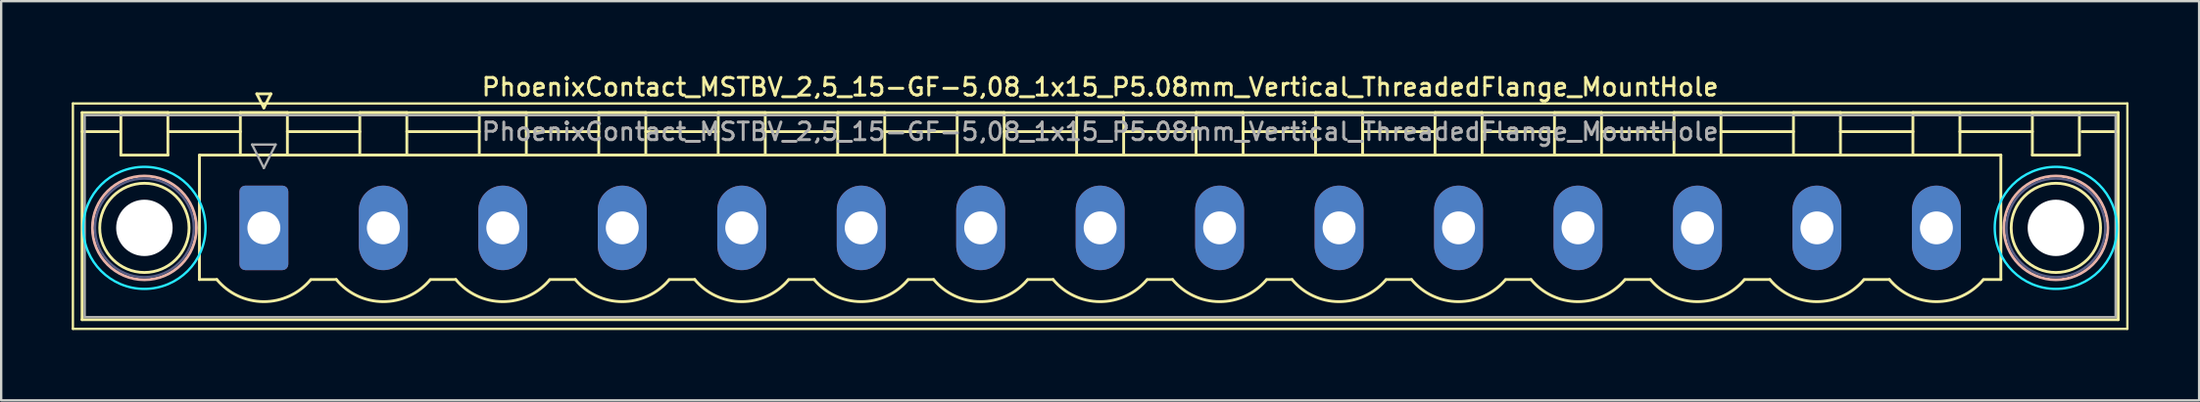
<source format=kicad_pcb>
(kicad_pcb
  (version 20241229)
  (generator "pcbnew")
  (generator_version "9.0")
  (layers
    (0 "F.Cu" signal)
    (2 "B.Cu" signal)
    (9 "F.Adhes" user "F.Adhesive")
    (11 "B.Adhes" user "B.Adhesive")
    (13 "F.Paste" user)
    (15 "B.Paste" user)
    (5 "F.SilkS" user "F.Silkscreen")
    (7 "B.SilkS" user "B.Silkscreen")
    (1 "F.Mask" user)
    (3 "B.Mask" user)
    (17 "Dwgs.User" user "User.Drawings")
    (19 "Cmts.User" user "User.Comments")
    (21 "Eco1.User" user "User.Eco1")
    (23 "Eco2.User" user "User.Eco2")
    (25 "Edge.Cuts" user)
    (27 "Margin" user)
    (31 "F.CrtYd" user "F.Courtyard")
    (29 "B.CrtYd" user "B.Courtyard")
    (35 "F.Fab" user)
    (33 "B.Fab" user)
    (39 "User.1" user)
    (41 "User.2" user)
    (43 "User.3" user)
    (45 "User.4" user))
  (footprint "PhoenixContact_MSTBV_2,5_15-GF-5,08_1x15_P5.08mm_Vertical_ThreadedFlange_MountHole"
    (layer "F.Cu")
    (at 8.17 6.658)
    (property "Reference" "PhoenixContact_MSTBV_2,5_15-GF-5,08_1x15_P5.08mm_Vertical_ThreadedFlange_MountHole" (at 35.56 -6 0) (layer "F.SilkS") (effects (font (size 0.75 0.75) (thickness 0.125))))
    (attr through_hole)
    (fp_line (start -8.12 -5.3) (end -8.12 4.3) (stroke (width 0.1) (type solid)) (layer "F.SilkS"))
    (fp_line (start -8.12 4.3) (end 79.24 4.3) (stroke (width 0.1) (type solid)) (layer "F.SilkS"))
    (fp_line (start -7.73 -4.91) (end -7.73 3.91) (stroke (width 0.12) (type solid)) (layer "F.SilkS"))
    (fp_line (start -7.73 -4.1) (end -6.19 -4.1) (stroke (width 0.12) (type solid)) (layer "F.SilkS"))
    (fp_line (start -7.73 3.91) (end 78.85 3.91) (stroke (width 0.12) (type solid)) (layer "F.SilkS"))
    (fp_line (start -6.08 -4.91) (end -4.08 -4.91) (stroke (width 0.12) (type solid)) (layer "F.SilkS"))
    (fp_line (start -6.08 -3.1) (end -6.08 -4.91) (stroke (width 0.12) (type solid)) (layer "F.SilkS"))
    (fp_line (start -4.08 -4.91) (end -4.08 -3.1) (stroke (width 0.12) (type solid)) (layer "F.SilkS"))
    (fp_line (start -4.08 -4.1) (end -1 -4.1) (stroke (width 0.12) (type solid)) (layer "F.SilkS"))
    (fp_line (start -4.08 -3.1) (end -6.08 -3.1) (stroke (width 0.12) (type solid)) (layer "F.SilkS"))
    (fp_line (start -2.74 -3.1) (end 73.86 -3.1) (stroke (width 0.12) (type solid)) (layer "F.SilkS"))
    (fp_line (start -2.74 2.2) (end -2.74 -3.1) (stroke (width 0.12) (type solid)) (layer "F.SilkS"))
    (fp_line (start -2 2.2) (end -2.74 2.2) (stroke (width 0.12) (type solid)) (layer "F.SilkS"))
    (fp_line (start -1 -4.91) (end 1 -4.91) (stroke (width 0.12) (type solid)) (layer "F.SilkS"))
    (fp_line (start -1 -3.1) (end -1 -4.91) (stroke (width 0.12) (type solid)) (layer "F.SilkS"))
    (fp_line (start -0.3 -5.71) (end 0.3 -5.71) (stroke (width 0.12) (type solid)) (layer "F.SilkS"))
    (fp_line (start 0 -5.11) (end -0.3 -5.71) (stroke (width 0.12) (type solid)) (layer "F.SilkS"))
    (fp_line (start 0.3 -5.71) (end 0 -5.11) (stroke (width 0.12) (type solid)) (layer "F.SilkS"))
    (fp_line (start 1 -4.91) (end 1 -3.1) (stroke (width 0.12) (type solid)) (layer "F.SilkS"))
    (fp_line (start 1 -4.1) (end 4.08 -4.1) (stroke (width 0.12) (type solid)) (layer "F.SilkS"))
    (fp_line (start 1 -3.1) (end -1 -3.1) (stroke (width 0.12) (type solid)) (layer "F.SilkS"))
    (fp_line (start 2 2.2) (end 3.08 2.2) (stroke (width 0.12) (type solid)) (layer "F.SilkS"))
    (fp_line (start 4.08 -4.91) (end 6.08 -4.91) (stroke (width 0.12) (type solid)) (layer "F.SilkS"))
    (fp_line (start 4.08 -3.1) (end 4.08 -4.91) (stroke (width 0.12) (type solid)) (layer "F.SilkS"))
    (fp_line (start 6.08 -4.91) (end 6.08 -3.1) (stroke (width 0.12) (type solid)) (layer "F.SilkS"))
    (fp_line (start 6.08 -4.1) (end 9.16 -4.1) (stroke (width 0.12) (type solid)) (layer "F.SilkS"))
    (fp_line (start 6.08 -3.1) (end 4.08 -3.1) (stroke (width 0.12) (type solid)) (layer "F.SilkS"))
    (fp_line (start 7.08 2.2) (end 8.16 2.2) (stroke (width 0.12) (type solid)) (layer "F.SilkS"))
    (fp_line (start 9.16 -4.91) (end 11.16 -4.91) (stroke (width 0.12) (type solid)) (layer "F.SilkS"))
    (fp_line (start 9.16 -3.1) (end 9.16 -4.91) (stroke (width 0.12) (type solid)) (layer "F.SilkS"))
    (fp_line (start 11.16 -4.91) (end 11.16 -3.1) (stroke (width 0.12) (type solid)) (layer "F.SilkS"))
    (fp_line (start 11.16 -4.1) (end 14.24 -4.1) (stroke (width 0.12) (type solid)) (layer "F.SilkS"))
    (fp_line (start 11.16 -3.1) (end 9.16 -3.1) (stroke (width 0.12) (type solid)) (layer "F.SilkS"))
    (fp_line (start 12.16 2.2) (end 13.24 2.2) (stroke (width 0.12) (type solid)) (layer "F.SilkS"))
    (fp_line (start 14.24 -4.91) (end 16.24 -4.91) (stroke (width 0.12) (type solid)) (layer "F.SilkS"))
    (fp_line (start 14.24 -3.1) (end 14.24 -4.91) (stroke (width 0.12) (type solid)) (layer "F.SilkS"))
    (fp_line (start 16.24 -4.91) (end 16.24 -3.1) (stroke (width 0.12) (type solid)) (layer "F.SilkS"))
    (fp_line (start 16.24 -4.1) (end 19.32 -4.1) (stroke (width 0.12) (type solid)) (layer "F.SilkS"))
    (fp_line (start 16.24 -3.1) (end 14.24 -3.1) (stroke (width 0.12) (type solid)) (layer "F.SilkS"))
    (fp_line (start 17.24 2.2) (end 18.32 2.2) (stroke (width 0.12) (type solid)) (layer "F.SilkS"))
    (fp_line (start 19.32 -4.91) (end 21.32 -4.91) (stroke (width 0.12) (type solid)) (layer "F.SilkS"))
    (fp_line (start 19.32 -3.1) (end 19.32 -4.91) (stroke (width 0.12) (type solid)) (layer "F.SilkS"))
    (fp_line (start 21.32 -4.91) (end 21.32 -3.1) (stroke (width 0.12) (type solid)) (layer "F.SilkS"))
    (fp_line (start 21.32 -4.1) (end 24.4 -4.1) (stroke (width 0.12) (type solid)) (layer "F.SilkS"))
    (fp_line (start 21.32 -3.1) (end 19.32 -3.1) (stroke (width 0.12) (type solid)) (layer "F.SilkS"))
    (fp_line (start 22.32 2.2) (end 23.4 2.2) (stroke (width 0.12) (type solid)) (layer "F.SilkS"))
    (fp_line (start 24.4 -4.91) (end 26.4 -4.91) (stroke (width 0.12) (type solid)) (layer "F.SilkS"))
    (fp_line (start 24.4 -3.1) (end 24.4 -4.91) (stroke (width 0.12) (type solid)) (layer "F.SilkS"))
    (fp_line (start 26.4 -4.91) (end 26.4 -3.1) (stroke (width 0.12) (type solid)) (layer "F.SilkS"))
    (fp_line (start 26.4 -4.1) (end 29.48 -4.1) (stroke (width 0.12) (type solid)) (layer "F.SilkS"))
    (fp_line (start 26.4 -3.1) (end 24.4 -3.1) (stroke (width 0.12) (type solid)) (layer "F.SilkS"))
    (fp_line (start 27.4 2.2) (end 28.48 2.2) (stroke (width 0.12) (type solid)) (layer "F.SilkS"))
    (fp_line (start 29.48 -4.91) (end 31.48 -4.91) (stroke (width 0.12) (type solid)) (layer "F.SilkS"))
    (fp_line (start 29.48 -3.1) (end 29.48 -4.91) (stroke (width 0.12) (type solid)) (layer "F.SilkS"))
    (fp_line (start 31.48 -4.91) (end 31.48 -3.1) (stroke (width 0.12) (type solid)) (layer "F.SilkS"))
    (fp_line (start 31.48 -4.1) (end 34.56 -4.1) (stroke (width 0.12) (type solid)) (layer "F.SilkS"))
    (fp_line (start 31.48 -3.1) (end 29.48 -3.1) (stroke (width 0.12) (type solid)) (layer "F.SilkS"))
    (fp_line (start 32.48 2.2) (end 33.56 2.2) (stroke (width 0.12) (type solid)) (layer "F.SilkS"))
    (fp_line (start 34.56 -4.91) (end 36.56 -4.91) (stroke (width 0.12) (type solid)) (layer "F.SilkS"))
    (fp_line (start 34.56 -3.1) (end 34.56 -4.91) (stroke (width 0.12) (type solid)) (layer "F.SilkS"))
    (fp_line (start 36.56 -4.91) (end 36.56 -3.1) (stroke (width 0.12) (type solid)) (layer "F.SilkS"))
    (fp_line (start 36.56 -4.1) (end 39.64 -4.1) (stroke (width 0.12) (type solid)) (layer "F.SilkS"))
    (fp_line (start 36.56 -3.1) (end 34.56 -3.1) (stroke (width 0.12) (type solid)) (layer "F.SilkS"))
    (fp_line (start 37.56 2.2) (end 38.64 2.2) (stroke (width 0.12) (type solid)) (layer "F.SilkS"))
    (fp_line (start 39.64 -4.91) (end 41.64 -4.91) (stroke (width 0.12) (type solid)) (layer "F.SilkS"))
    (fp_line (start 39.64 -3.1) (end 39.64 -4.91) (stroke (width 0.12) (type solid)) (layer "F.SilkS"))
    (fp_line (start 41.64 -4.91) (end 41.64 -3.1) (stroke (width 0.12) (type solid)) (layer "F.SilkS"))
    (fp_line (start 41.64 -4.1) (end 44.72 -4.1) (stroke (width 0.12) (type solid)) (layer "F.SilkS"))
    (fp_line (start 41.64 -3.1) (end 39.64 -3.1) (stroke (width 0.12) (type solid)) (layer "F.SilkS"))
    (fp_line (start 42.64 2.2) (end 43.72 2.2) (stroke (width 0.12) (type solid)) (layer "F.SilkS"))
    (fp_line (start 44.72 -4.91) (end 46.72 -4.91) (stroke (width 0.12) (type solid)) (layer "F.SilkS"))
    (fp_line (start 44.72 -3.1) (end 44.72 -4.91) (stroke (width 0.12) (type solid)) (layer "F.SilkS"))
    (fp_line (start 46.72 -4.91) (end 46.72 -3.1) (stroke (width 0.12) (type solid)) (layer "F.SilkS"))
    (fp_line (start 46.72 -4.1) (end 49.8 -4.1) (stroke (width 0.12) (type solid)) (layer "F.SilkS"))
    (fp_line (start 46.72 -3.1) (end 44.72 -3.1) (stroke (width 0.12) (type solid)) (layer "F.SilkS"))
    (fp_line (start 47.72 2.2) (end 48.8 2.2) (stroke (width 0.12) (type solid)) (layer "F.SilkS"))
    (fp_line (start 49.8 -4.91) (end 51.8 -4.91) (stroke (width 0.12) (type solid)) (layer "F.SilkS"))
    (fp_line (start 49.8 -3.1) (end 49.8 -4.91) (stroke (width 0.12) (type solid)) (layer "F.SilkS"))
    (fp_line (start 51.8 -4.91) (end 51.8 -3.1) (stroke (width 0.12) (type solid)) (layer "F.SilkS"))
    (fp_line (start 51.8 -4.1) (end 54.88 -4.1) (stroke (width 0.12) (type solid)) (layer "F.SilkS"))
    (fp_line (start 51.8 -3.1) (end 49.8 -3.1) (stroke (width 0.12) (type solid)) (layer "F.SilkS"))
    (fp_line (start 52.8 2.2) (end 53.88 2.2) (stroke (width 0.12) (type solid)) (layer "F.SilkS"))
    (fp_line (start 54.88 -4.91) (end 56.88 -4.91) (stroke (width 0.12) (type solid)) (layer "F.SilkS"))
    (fp_line (start 54.88 -3.1) (end 54.88 -4.91) (stroke (width 0.12) (type solid)) (layer "F.SilkS"))
    (fp_line (start 56.88 -4.91) (end 56.88 -3.1) (stroke (width 0.12) (type solid)) (layer "F.SilkS"))
    (fp_line (start 56.88 -4.1) (end 59.96 -4.1) (stroke (width 0.12) (type solid)) (layer "F.SilkS"))
    (fp_line (start 56.88 -3.1) (end 54.88 -3.1) (stroke (width 0.12) (type solid)) (layer "F.SilkS"))
    (fp_line (start 57.88 2.2) (end 58.96 2.2) (stroke (width 0.12) (type solid)) (layer "F.SilkS"))
    (fp_line (start 59.96 -4.91) (end 61.96 -4.91) (stroke (width 0.12) (type solid)) (layer "F.SilkS"))
    (fp_line (start 59.96 -3.1) (end 59.96 -4.91) (stroke (width 0.12) (type solid)) (layer "F.SilkS"))
    (fp_line (start 61.96 -4.91) (end 61.96 -3.1) (stroke (width 0.12) (type solid)) (layer "F.SilkS"))
    (fp_line (start 61.96 -4.1) (end 65.04 -4.1) (stroke (width 0.12) (type solid)) (layer "F.SilkS"))
    (fp_line (start 61.96 -3.1) (end 59.96 -3.1) (stroke (width 0.12) (type solid)) (layer "F.SilkS"))
    (fp_line (start 62.96 2.2) (end 64.04 2.2) (stroke (width 0.12) (type solid)) (layer "F.SilkS"))
    (fp_line (start 65.04 -4.91) (end 67.04 -4.91) (stroke (width 0.12) (type solid)) (layer "F.SilkS"))
    (fp_line (start 65.04 -3.1) (end 65.04 -4.91) (stroke (width 0.12) (type solid)) (layer "F.SilkS"))
    (fp_line (start 67.04 -4.91) (end 67.04 -3.1) (stroke (width 0.12) (type solid)) (layer "F.SilkS"))
    (fp_line (start 67.04 -4.1) (end 70.12 -4.1) (stroke (width 0.12) (type solid)) (layer "F.SilkS"))
    (fp_line (start 67.04 -3.1) (end 65.04 -3.1) (stroke (width 0.12) (type solid)) (layer "F.SilkS"))
    (fp_line (start 68.04 2.2) (end 69.12 2.2) (stroke (width 0.12) (type solid)) (layer "F.SilkS"))
    (fp_line (start 70.12 -4.91) (end 72.12 -4.91) (stroke (width 0.12) (type solid)) (layer "F.SilkS"))
    (fp_line (start 70.12 -3.1) (end 70.12 -4.91) (stroke (width 0.12) (type solid)) (layer "F.SilkS"))
    (fp_line (start 72.12 -4.91) (end 72.12 -3.1) (stroke (width 0.12) (type solid)) (layer "F.SilkS"))
    (fp_line (start 72.12 -4.1) (end 75.2 -4.1) (stroke (width 0.12) (type solid)) (layer "F.SilkS"))
    (fp_line (start 72.12 -3.1) (end 70.12 -3.1) (stroke (width 0.12) (type solid)) (layer "F.SilkS"))
    (fp_line (start 73.86 -3.1) (end 73.86 2.2) (stroke (width 0.12) (type solid)) (layer "F.SilkS"))
    (fp_line (start 73.86 2.2) (end 73.12 2.2) (stroke (width 0.12) (type solid)) (layer "F.SilkS"))
    (fp_line (start 75.2 -4.91) (end 77.2 -4.91) (stroke (width 0.12) (type solid)) (layer "F.SilkS"))
    (fp_line (start 75.2 -3.1) (end 75.2 -4.91) (stroke (width 0.12) (type solid)) (layer "F.SilkS"))
    (fp_line (start 77.2 -4.91) (end 77.2 -3.1) (stroke (width 0.12) (type solid)) (layer "F.SilkS"))
    (fp_line (start 77.2 -3.1) (end 75.2 -3.1) (stroke (width 0.12) (type solid)) (layer "F.SilkS"))
    (fp_line (start 78.85 -4.91) (end -7.73 -4.91) (stroke (width 0.12) (type solid)) (layer "F.SilkS"))
    (fp_line (start 78.85 -4.1) (end 77.31 -4.1) (stroke (width 0.12) (type solid)) (layer "F.SilkS"))
    (fp_line (start 78.85 3.91) (end 78.85 -4.91) (stroke (width 0.12) (type solid)) (layer "F.SilkS"))
    (fp_line (start 79.24 -5.3) (end -8.12 -5.3) (stroke (width 0.1) (type solid)) (layer "F.SilkS"))
    (fp_line (start 79.24 4.3) (end 79.24 -5.3) (stroke (width 0.1) (type solid)) (layer "F.SilkS"))
    (fp_arc (start 1.986842 2.215821) (mid -0.010289 3.142758) (end -2 2.2) (stroke (width 0.12) (type solid)) (layer "F.SilkS"))
    (fp_arc (start 7.066842 2.215821) (mid 5.069711 3.142758) (end 3.08 2.2) (stroke (width 0.12) (type solid)) (layer "F.SilkS"))
    (fp_arc (start 12.146842 2.215821) (mid 10.149711 3.142758) (end 8.16 2.2) (stroke (width 0.12) (type solid)) (layer "F.SilkS"))
    (fp_arc (start 17.226842 2.215821) (mid 15.229711 3.142758) (end 13.24 2.2) (stroke (width 0.12) (type solid)) (layer "F.SilkS"))
    (fp_arc (start 22.306842 2.215821) (mid 20.309711 3.142758) (end 18.32 2.2) (stroke (width 0.12) (type solid)) (layer "F.SilkS"))
    (fp_arc (start 27.386842 2.215821) (mid 25.389711 3.142758) (end 23.4 2.2) (stroke (width 0.12) (type solid)) (layer "F.SilkS"))
    (fp_arc (start 32.466842 2.215821) (mid 30.469711 3.142758) (end 28.48 2.2) (stroke (width 0.12) (type solid)) (layer "F.SilkS"))
    (fp_arc (start 37.546842 2.215821) (mid 35.549711 3.142758) (end 33.56 2.2) (stroke (width 0.12) (type solid)) (layer "F.SilkS"))
    (fp_arc (start 42.626842 2.215821) (mid 40.629711 3.142758) (end 38.64 2.2) (stroke (width 0.12) (type solid)) (layer "F.SilkS"))
    (fp_arc (start 47.706842 2.215821) (mid 45.709711 3.142758) (end 43.72 2.2) (stroke (width 0.12) (type solid)) (layer "F.SilkS"))
    (fp_arc (start 52.786842 2.215821) (mid 50.789711 3.142758) (end 48.8 2.2) (stroke (width 0.12) (type solid)) (layer "F.SilkS"))
    (fp_arc (start 57.866842 2.215821) (mid 55.869711 3.142758) (end 53.88 2.2) (stroke (width 0.12) (type solid)) (layer "F.SilkS"))
    (fp_arc (start 62.946842 2.215821) (mid 60.949711 3.142758) (end 58.96 2.2) (stroke (width 0.12) (type solid)) (layer "F.SilkS"))
    (fp_arc (start 68.026842 2.215821) (mid 66.029711 3.142758) (end 64.04 2.2) (stroke (width 0.12) (type solid)) (layer "F.SilkS"))
    (fp_arc (start 73.106842 2.215821) (mid 71.109711 3.142758) (end 69.12 2.2) (stroke (width 0.12) (type solid)) (layer "F.SilkS"))
    (fp_circle (center -5.08 0) (end -3.18 0) (stroke (width 0.12) (type solid)) (fill no) (layer "F.SilkS"))
    (fp_circle (center 76.2 0) (end 78.1 0) (stroke (width 0.12) (type solid)) (fill no) (layer "F.SilkS"))
    (fp_circle (center -5.08 0) (end -2.87 0) (stroke (width 0.12) (type solid)) (fill no) (layer "B.SilkS"))
    (fp_circle (center 76.2 0) (end 78.41 0) (stroke (width 0.12) (type solid)) (fill no) (layer "B.SilkS"))
    (fp_circle (center -5.08 0) (end -2.48 0) (stroke (width 0.1) (type solid)) (fill no) (layer "B.CrtYd"))
    (fp_circle (center 76.2 0) (end 78.8 0) (stroke (width 0.1) (type solid)) (fill no) (layer "B.CrtYd"))
    (fp_circle (center -5.08 0) (end -2.98 0) (stroke (width 0.1) (type solid)) (fill no) (layer "B.Fab"))
    (fp_circle (center 76.2 0) (end 78.3 0) (stroke (width 0.1) (type solid)) (fill no) (layer "B.Fab"))
    (fp_line (start -7.62 -4.8) (end -7.62 3.8) (stroke (width 0.1) (type solid)) (layer "F.Fab"))
    (fp_line (start -7.62 3.8) (end 78.74 3.8) (stroke (width 0.1) (type solid)) (layer "F.Fab"))
    (fp_line (start -0.5 -3.55) (end 0.5 -3.55) (stroke (width 0.1) (type solid)) (layer "F.Fab"))
    (fp_line (start 0 -2.55) (end -0.5 -3.55) (stroke (width 0.1) (type solid)) (layer "F.Fab"))
    (fp_line (start 0.5 -3.55) (end 0 -2.55) (stroke (width 0.1) (type solid)) (layer "F.Fab"))
    (fp_line (start 78.74 -4.8) (end -7.62 -4.8) (stroke (width 0.1) (type solid)) (layer "F.Fab"))
    (fp_line (start 78.74 3.8) (end 78.74 -4.8) (stroke (width 0.1) (type solid)) (layer "F.Fab"))
    (fp_text user "${REFERENCE}" (at 35.56 -4.1 0) (layer "F.Fab") (effects (font (size 0.75 0.75) (thickness 0.125))))
    (pad "" np_thru_hole circle (at -5.08 0) (size 2.4 2.4) (drill 2.4) (layers "*.Cu" "*.Mask"))
    (pad "" np_thru_hole circle (at 76.2 0) (size 2.4 2.4) (drill 2.4) (layers "*.Cu" "*.Mask"))
    (pad "1" thru_hole roundrect (at 0 0) (size 2.08 3.6) (drill 1.4) (layers "*.Cu" "*.Mask") (roundrect_rratio 0.12))
    (pad "2" thru_hole oval (at 5.08 0) (size 2.08 3.6) (drill 1.4) (layers "*.Cu" "*.Mask"))
    (pad "3" thru_hole oval (at 10.16 0) (size 2.08 3.6) (drill 1.4) (layers "*.Cu" "*.Mask"))
    (pad "4" thru_hole oval (at 15.24 0) (size 2.08 3.6) (drill 1.4) (layers "*.Cu" "*.Mask"))
    (pad "5" thru_hole oval (at 20.32 0) (size 2.08 3.6) (drill 1.4) (layers "*.Cu" "*.Mask"))
    (pad "6" thru_hole oval (at 25.4 0) (size 2.08 3.6) (drill 1.4) (layers "*.Cu" "*.Mask"))
    (pad "7" thru_hole oval (at 30.48 0) (size 2.08 3.6) (drill 1.4) (layers "*.Cu" "*.Mask"))
    (pad "8" thru_hole oval (at 35.56 0) (size 2.08 3.6) (drill 1.4) (layers "*.Cu" "*.Mask"))
    (pad "9" thru_hole oval (at 40.64 0) (size 2.08 3.6) (drill 1.4) (layers "*.Cu" "*.Mask"))
    (pad "10" thru_hole oval (at 45.72 0) (size 2.08 3.6) (drill 1.4) (layers "*.Cu" "*.Mask"))
    (pad "11" thru_hole oval (at 50.8 0) (size 2.08 3.6) (drill 1.4) (layers "*.Cu" "*.Mask"))
    (pad "12" thru_hole oval (at 55.88 0) (size 2.08 3.6) (drill 1.4) (layers "*.Cu" "*.Mask"))
    (pad "13" thru_hole oval (at 60.96 0) (size 2.08 3.6) (drill 1.4) (layers "*.Cu" "*.Mask"))
    (pad "14" thru_hole oval (at 66.04 0) (size 2.08 3.6) (drill 1.4) (layers "*.Cu" "*.Mask"))
    (pad "15" thru_hole oval (at 71.12 0) (size 2.08 3.6) (drill 1.4) (layers "*.Cu" "*.Mask")))
  (gr_rect
    (start -3 -3)
    (end 90.46 14.008)
    (stroke (width 0.1) (type default))
    (fill no)
    (layer "Edge.Cuts")))
</source>
